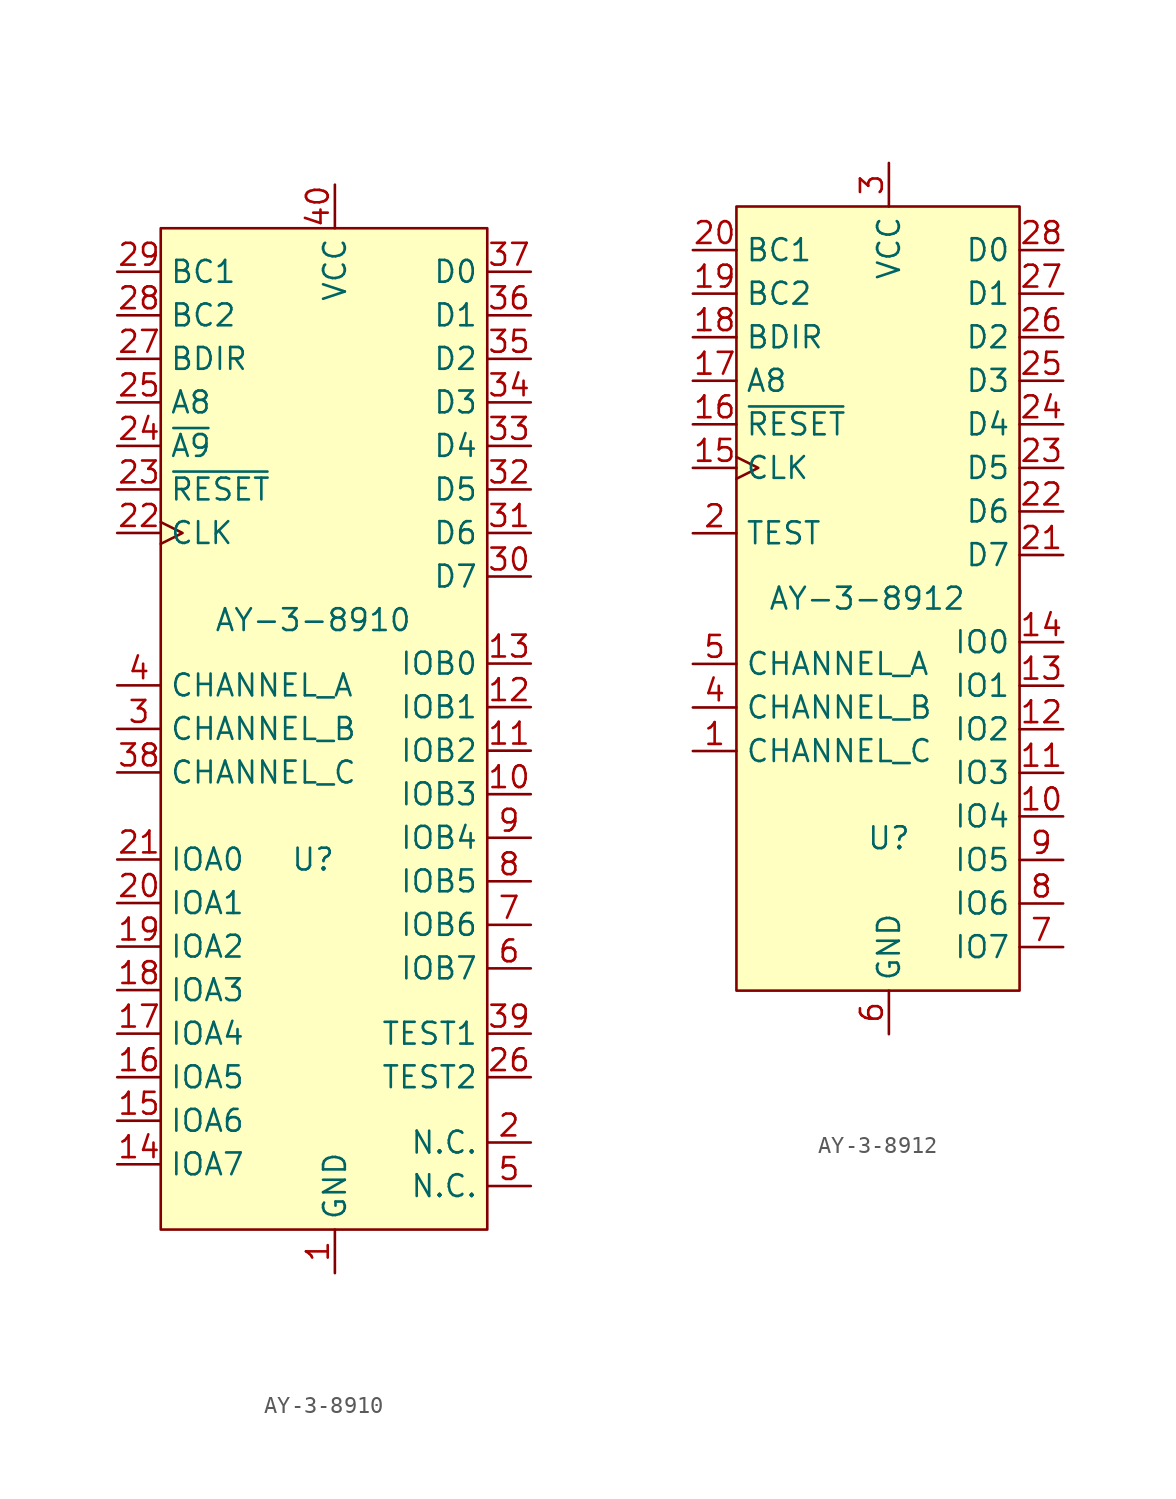
<source format=kicad_sym>
(kicad_symbol_lib
  (version 20211014)
  (generator kicad_symbol_editor)
  (symbol "AY-3-8910"
    (property "Reference" "U"
      (at -1.27 -13.97 0)
      (effects (font (size 1.27 1.27))))
    (property "Value" "AY-3-8910"
      (at -1.27 0 0)
      (effects (font (size 1.27 1.27))))
    (symbol "AY-3-8910_0_1"
      (rectangle (start -10.16 22.86) (end 8.89 -35.56) (stroke (width 0) (type default) (color 0 0 0 0)) (fill (type background))))
    (symbol "AY-3-8910_1_1"
      (pin power_in line (at 0 -38.1 90) (length 2.54) (name "GND" (effects (font (size 1.27 1.27)))) (number "1" (effects (font (size 1.27 1.27)))))
      (pin bidirectional line (at 11.43 -10.16 180) (length 2.54) (name "IOB3" (effects (font (size 1.27 1.27)))) (number "10" (effects (font (size 1.27 1.27)))))
      (pin bidirectional line (at 11.43 -7.62 180) (length 2.54) (name "IOB2" (effects (font (size 1.27 1.27)))) (number "11" (effects (font (size 1.27 1.27)))))
      (pin bidirectional line (at 11.43 -5.08 180) (length 2.54) (name "IOB1" (effects (font (size 1.27 1.27)))) (number "12" (effects (font (size 1.27 1.27)))))
      (pin bidirectional line (at 11.43 -2.54 180) (length 2.54) (name "IOB0" (effects (font (size 1.27 1.27)))) (number "13" (effects (font (size 1.27 1.27)))))
      (pin bidirectional line (at -12.7 -31.75 0) (length 2.54) (name "IOA7" (effects (font (size 1.27 1.27)))) (number "14" (effects (font (size 1.27 1.27)))))
      (pin bidirectional line (at -12.7 -29.21 0) (length 2.54) (name "IOA6" (effects (font (size 1.27 1.27)))) (number "15" (effects (font (size 1.27 1.27)))))
      (pin bidirectional line (at -12.7 -26.67 0) (length 2.54) (name "IOA5" (effects (font (size 1.27 1.27)))) (number "16" (effects (font (size 1.27 1.27)))))
      (pin bidirectional line (at -12.7 -24.13 0) (length 2.54) (name "IOA4" (effects (font (size 1.27 1.27)))) (number "17" (effects (font (size 1.27 1.27)))))
      (pin bidirectional line (at -12.7 -21.59 0) (length 2.54) (name "IOA3" (effects (font (size 1.27 1.27)))) (number "18" (effects (font (size 1.27 1.27)))))
      (pin bidirectional line (at -12.7 -19.05 0) (length 2.54) (name "IOA2" (effects (font (size 1.27 1.27)))) (number "19" (effects (font (size 1.27 1.27)))))
      (pin input line (at 11.43 -30.48 180) (length 2.54) (name "N.C." (effects (font (size 1.27 1.27)))) (number "2" (effects (font (size 1.27 1.27)))))
      (pin bidirectional line (at -12.7 -16.51 0) (length 2.54) (name "IOA1" (effects (font (size 1.27 1.27)))) (number "20" (effects (font (size 1.27 1.27)))))
      (pin bidirectional line (at -12.7 -13.97 0) (length 2.54) (name "IOA0" (effects (font (size 1.27 1.27)))) (number "21" (effects (font (size 1.27 1.27)))))
      (pin input clock (at -12.7 5.08 0) (length 2.54) (name "CLK" (effects (font (size 1.27 1.27)))) (number "22" (effects (font (size 1.27 1.27)))))
      (pin input line (at -12.7 7.62 0) (length 2.54) (name "~{RESET}" (effects (font (size 1.27 1.27)))) (number "23" (effects (font (size 1.27 1.27)))))
      (pin input line (at -12.7 10.16 0) (length 2.54) (name "~{A9}" (effects (font (size 1.27 1.27)))) (number "24" (effects (font (size 1.27 1.27)))))
      (pin input line (at -12.7 12.7 0) (length 2.54) (name "A8" (effects (font (size 1.27 1.27)))) (number "25" (effects (font (size 1.27 1.27)))))
      (pin input line (at 11.43 -26.67 180) (length 2.54) (name "TEST2" (effects (font (size 1.27 1.27)))) (number "26" (effects (font (size 1.27 1.27)))))
      (pin input line (at -12.7 15.24 0) (length 2.54) (name "BDIR" (effects (font (size 1.27 1.27)))) (number "27" (effects (font (size 1.27 1.27)))))
      (pin input line (at -12.7 17.78 0) (length 2.54) (name "BC2" (effects (font (size 1.27 1.27)))) (number "28" (effects (font (size 1.27 1.27)))))
      (pin input line (at -12.7 20.32 0) (length 2.54) (name "BC1" (effects (font (size 1.27 1.27)))) (number "29" (effects (font (size 1.27 1.27)))))
      (pin output line (at -12.7 -6.35 0) (length 2.54) (name "CHANNEL_B" (effects (font (size 1.27 1.27)))) (number "3" (effects (font (size 1.27 1.27)))))
      (pin bidirectional line (at 11.43 2.54 180) (length 2.54) (name "D7" (effects (font (size 1.27 1.27)))) (number "30" (effects (font (size 1.27 1.27)))))
      (pin bidirectional line (at 11.43 5.08 180) (length 2.54) (name "D6" (effects (font (size 1.27 1.27)))) (number "31" (effects (font (size 1.27 1.27)))))
      (pin bidirectional line (at 11.43 7.62 180) (length 2.54) (name "D5" (effects (font (size 1.27 1.27)))) (number "32" (effects (font (size 1.27 1.27)))))
      (pin bidirectional line (at 11.43 10.16 180) (length 2.54) (name "D4" (effects (font (size 1.27 1.27)))) (number "33" (effects (font (size 1.27 1.27)))))
      (pin bidirectional line (at 11.43 12.7 180) (length 2.54) (name "D3" (effects (font (size 1.27 1.27)))) (number "34" (effects (font (size 1.27 1.27)))))
      (pin bidirectional line (at 11.43 15.24 180) (length 2.54) (name "D2" (effects (font (size 1.27 1.27)))) (number "35" (effects (font (size 1.27 1.27)))))
      (pin bidirectional line (at 11.43 17.78 180) (length 2.54) (name "D1" (effects (font (size 1.27 1.27)))) (number "36" (effects (font (size 1.27 1.27)))))
      (pin bidirectional line (at 11.43 20.32 180) (length 2.54) (name "D0" (effects (font (size 1.27 1.27)))) (number "37" (effects (font (size 1.27 1.27)))))
      (pin output line (at -12.7 -8.89 0) (length 2.54) (name "CHANNEL_C" (effects (font (size 1.27 1.27)))) (number "38" (effects (font (size 1.27 1.27)))))
      (pin input line (at 11.43 -24.13 180) (length 2.54) (name "TEST1" (effects (font (size 1.27 1.27)))) (number "39" (effects (font (size 1.27 1.27)))))
      (pin output line (at -12.7 -3.81 0) (length 2.54) (name "CHANNEL_A" (effects (font (size 1.27 1.27)))) (number "4" (effects (font (size 1.27 1.27)))))
      (pin power_in line (at 0 25.4 270) (length 2.54) (name "VCC" (effects (font (size 1.27 1.27)))) (number "40" (effects (font (size 1.27 1.27)))))
      (pin input line (at 11.43 -33.02 180) (length 2.54) (name "N.C." (effects (font (size 1.27 1.27)))) (number "5" (effects (font (size 1.27 1.27)))))
      (pin bidirectional line (at 11.43 -20.32 180) (length 2.54) (name "IOB7" (effects (font (size 1.27 1.27)))) (number "6" (effects (font (size 1.27 1.27)))))
      (pin bidirectional line (at 11.43 -17.78 180) (length 2.54) (name "IOB6" (effects (font (size 1.27 1.27)))) (number "7" (effects (font (size 1.27 1.27)))))
      (pin bidirectional line (at 11.43 -15.24 180) (length 2.54) (name "IOB5" (effects (font (size 1.27 1.27)))) (number "8" (effects (font (size 1.27 1.27)))))
      (pin bidirectional line (at 11.43 -12.7 180) (length 2.54) (name "IOB4" (effects (font (size 1.27 1.27)))) (number "9" (effects (font (size 1.27 1.27)))))))
  (symbol "AY-3-8912"
    (property "Reference" "U"
      (at 0 -13.97 0)
      (effects (font (size 1.27 1.27))))
    (property "Value" "AY-3-8912"
      (at -1.27 0 0)
      (effects (font (size 1.27 1.27))))
    (symbol "AY-3-8912_0_1"
      (rectangle (start -8.89 22.86) (end 7.62 -22.86) (stroke (width 0) (type default) (color 0 0 0 0)) (fill (type background))))
    (symbol "AY-3-8912_1_1"
      (pin output line (at -11.43 -8.89 0) (length 2.54) (name "CHANNEL_C" (effects (font (size 1.27 1.27)))) (number "1" (effects (font (size 1.27 1.27)))))
      (pin bidirectional line (at 10.16 -12.7 180) (length 2.54) (name "IO4" (effects (font (size 1.27 1.27)))) (number "10" (effects (font (size 1.27 1.27)))))
      (pin bidirectional line (at 10.16 -10.16 180) (length 2.54) (name "IO3" (effects (font (size 1.27 1.27)))) (number "11" (effects (font (size 1.27 1.27)))))
      (pin bidirectional line (at 10.16 -7.62 180) (length 2.54) (name "IO2" (effects (font (size 1.27 1.27)))) (number "12" (effects (font (size 1.27 1.27)))))
      (pin bidirectional line (at 10.16 -5.08 180) (length 2.54) (name "IO1" (effects (font (size 1.27 1.27)))) (number "13" (effects (font (size 1.27 1.27)))))
      (pin bidirectional line (at 10.16 -2.54 180) (length 2.54) (name "IO0" (effects (font (size 1.27 1.27)))) (number "14" (effects (font (size 1.27 1.27)))))
      (pin input clock (at -11.43 7.62 0) (length 2.54) (name "CLK" (effects (font (size 1.27 1.27)))) (number "15" (effects (font (size 1.27 1.27)))))
      (pin input line (at -11.43 10.16 0) (length 2.54) (name "~{RESET}" (effects (font (size 1.27 1.27)))) (number "16" (effects (font (size 1.27 1.27)))))
      (pin input line (at -11.43 12.7 0) (length 2.54) (name "A8" (effects (font (size 1.27 1.27)))) (number "17" (effects (font (size 1.27 1.27)))))
      (pin input line (at -11.43 15.24 0) (length 2.54) (name "BDIR" (effects (font (size 1.27 1.27)))) (number "18" (effects (font (size 1.27 1.27)))))
      (pin input line (at -11.43 17.78 0) (length 2.54) (name "BC2" (effects (font (size 1.27 1.27)))) (number "19" (effects (font (size 1.27 1.27)))))
      (pin input line (at -11.43 3.81 0) (length 2.54) (name "TEST" (effects (font (size 1.27 1.27)))) (number "2" (effects (font (size 1.27 1.27)))))
      (pin input line (at -11.43 20.32 0) (length 2.54) (name "BC1" (effects (font (size 1.27 1.27)))) (number "20" (effects (font (size 1.27 1.27)))))
      (pin bidirectional line (at 10.16 2.54 180) (length 2.54) (name "D7" (effects (font (size 1.27 1.27)))) (number "21" (effects (font (size 1.27 1.27)))))
      (pin bidirectional line (at 10.16 5.08 180) (length 2.54) (name "D6" (effects (font (size 1.27 1.27)))) (number "22" (effects (font (size 1.27 1.27)))))
      (pin bidirectional line (at 10.16 7.62 180) (length 2.54) (name "D5" (effects (font (size 1.27 1.27)))) (number "23" (effects (font (size 1.27 1.27)))))
      (pin bidirectional line (at 10.16 10.16 180) (length 2.54) (name "D4" (effects (font (size 1.27 1.27)))) (number "24" (effects (font (size 1.27 1.27)))))
      (pin bidirectional line (at 10.16 12.7 180) (length 2.54) (name "D3" (effects (font (size 1.27 1.27)))) (number "25" (effects (font (size 1.27 1.27)))))
      (pin bidirectional line (at 10.16 15.24 180) (length 2.54) (name "D2" (effects (font (size 1.27 1.27)))) (number "26" (effects (font (size 1.27 1.27)))))
      (pin bidirectional line (at 10.16 17.78 180) (length 2.54) (name "D1" (effects (font (size 1.27 1.27)))) (number "27" (effects (font (size 1.27 1.27)))))
      (pin bidirectional line (at 10.16 20.32 180) (length 2.54) (name "D0" (effects (font (size 1.27 1.27)))) (number "28" (effects (font (size 1.27 1.27)))))
      (pin power_in line (at 0 25.4 270) (length 2.54) (name "VCC" (effects (font (size 1.27 1.27)))) (number "3" (effects (font (size 1.27 1.27)))))
      (pin output line (at -11.43 -6.35 0) (length 2.54) (name "CHANNEL_B" (effects (font (size 1.27 1.27)))) (number "4" (effects (font (size 1.27 1.27)))))
      (pin output line (at -11.43 -3.81 0) (length 2.54) (name "CHANNEL_A" (effects (font (size 1.27 1.27)))) (number "5" (effects (font (size 1.27 1.27)))))
      (pin power_in line (at 0 -25.4 90) (length 2.54) (name "GND" (effects (font (size 1.27 1.27)))) (number "6" (effects (font (size 1.27 1.27)))))
      (pin bidirectional line (at 10.16 -20.32 180) (length 2.54) (name "IO7" (effects (font (size 1.27 1.27)))) (number "7" (effects (font (size 1.27 1.27)))))
      (pin bidirectional line (at 10.16 -17.78 180) (length 2.54) (name "IO6" (effects (font (size 1.27 1.27)))) (number "8" (effects (font (size 1.27 1.27)))))
      (pin bidirectional line (at 10.16 -15.24 180) (length 2.54) (name "IO5" (effects (font (size 1.27 1.27)))) (number "9" (effects (font (size 1.27 1.27))))))))
</source>
